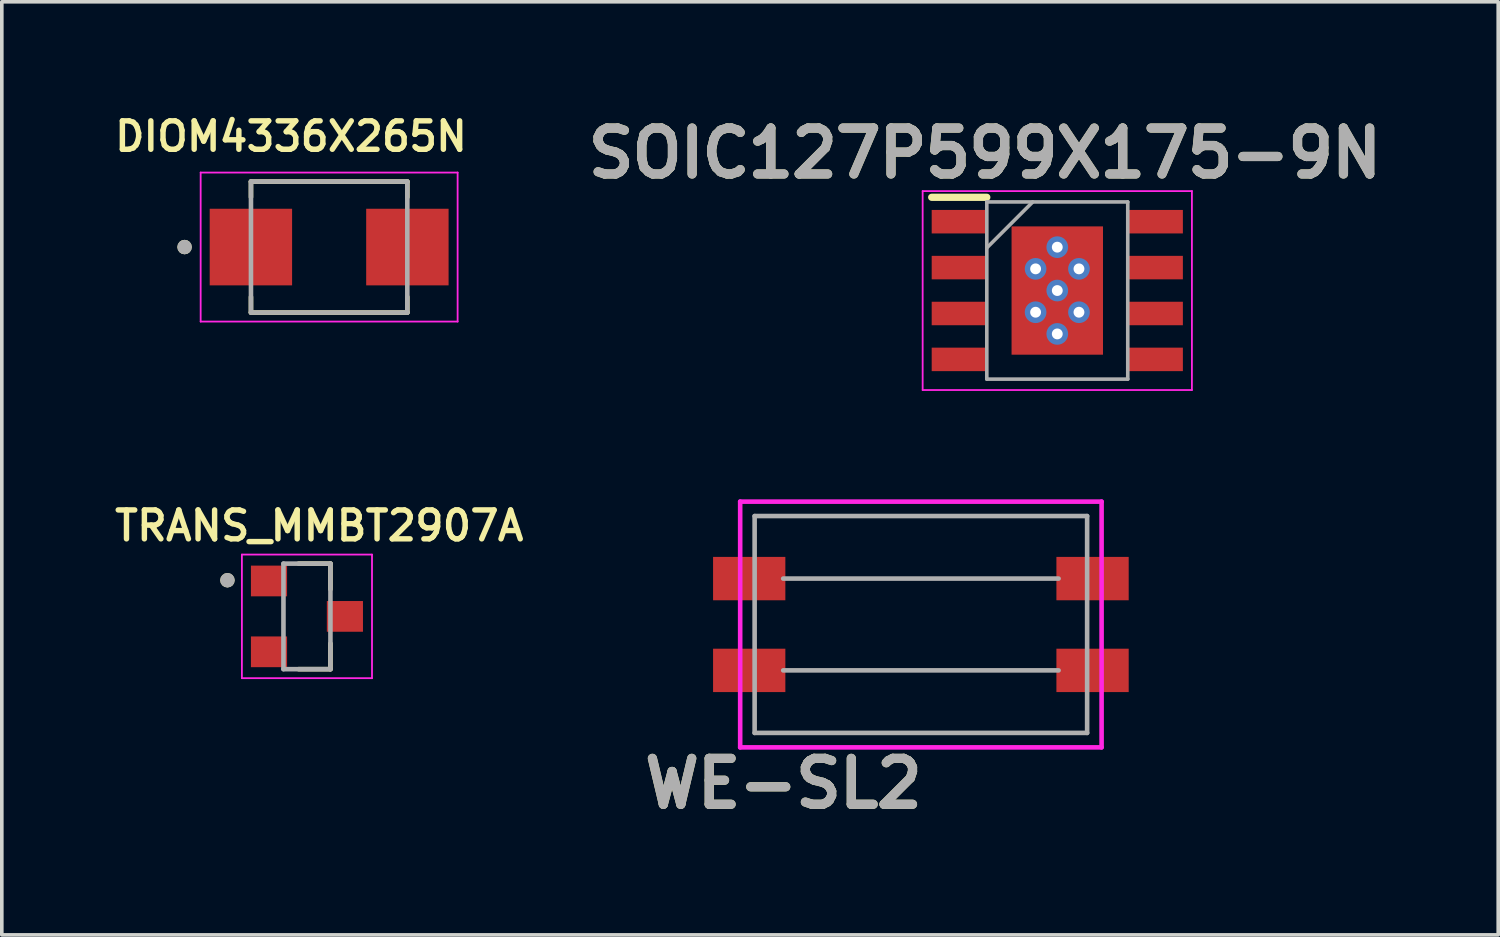
<source format=kicad_pcb>
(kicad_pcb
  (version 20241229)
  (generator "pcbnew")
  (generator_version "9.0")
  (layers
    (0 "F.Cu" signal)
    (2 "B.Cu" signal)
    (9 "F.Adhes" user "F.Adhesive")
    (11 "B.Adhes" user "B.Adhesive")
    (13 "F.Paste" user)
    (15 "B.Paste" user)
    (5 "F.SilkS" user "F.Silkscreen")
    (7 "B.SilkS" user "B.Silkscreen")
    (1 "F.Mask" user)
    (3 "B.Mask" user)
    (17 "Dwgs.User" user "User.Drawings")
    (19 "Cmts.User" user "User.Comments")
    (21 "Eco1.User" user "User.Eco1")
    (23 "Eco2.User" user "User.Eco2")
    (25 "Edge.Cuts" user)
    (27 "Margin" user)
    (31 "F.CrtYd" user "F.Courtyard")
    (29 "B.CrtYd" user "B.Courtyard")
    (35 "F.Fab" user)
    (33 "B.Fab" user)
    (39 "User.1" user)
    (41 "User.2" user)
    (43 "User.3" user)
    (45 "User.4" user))
  (footprint "SOIC127P599X175-9N"
    (layer "F.Cu")
    (at 26.204 4.989)
    (property "Reference" "SOIC127P599X175-9N" (at -2 -3.8 0) (layer "F.SilkS") (effects (font (size 1.27 1.27) (thickness 0.254))))
    (attr smd)
    (fp_line (start -3.475 -2.58) (end -1.95 -2.58) (stroke (width 0.2) (type solid)) (layer "F.SilkS"))
    (fp_line (start -3.725 -2.752) (end 3.725 -2.752) (stroke (width 0.05) (type solid)) (layer "F.CrtYd"))
    (fp_line (start -3.725 2.752) (end -3.725 -2.752) (stroke (width 0.05) (type solid)) (layer "F.CrtYd"))
    (fp_line (start 3.725 -2.752) (end 3.725 2.752) (stroke (width 0.05) (type solid)) (layer "F.CrtYd"))
    (fp_line (start 3.725 2.752) (end -3.725 2.752) (stroke (width 0.05) (type solid)) (layer "F.CrtYd"))
    (fp_line (start -1.95 -2.451) (end 1.95 -2.451) (stroke (width 0.1) (type solid)) (layer "F.Fab"))
    (fp_line (start -1.95 -1.181) (end -0.68 -2.451) (stroke (width 0.1) (type solid)) (layer "F.Fab"))
    (fp_line (start -1.95 2.451) (end -1.95 -2.451) (stroke (width 0.1) (type solid)) (layer "F.Fab"))
    (fp_line (start 1.95 -2.451) (end 1.95 2.451) (stroke (width 0.1) (type solid)) (layer "F.Fab"))
    (fp_line (start 1.95 2.451) (end -1.95 2.451) (stroke (width 0.1) (type solid)) (layer "F.Fab"))
    (fp_text user "${REFERENCE}" (at -2 -3.8 0) (layer "F.Fab") (effects (font (size 1.27 1.27) (thickness 0.254))))
    (pad "1" smd rect (at -2.712 -1.905 90) (size 0.65 1.526) (layers "F.Cu" "F.Mask" "F.Paste"))
    (pad "2" smd rect (at -2.712 -0.635 90) (size 0.65 1.526) (layers "F.Cu" "F.Mask" "F.Paste"))
    (pad "3" smd rect (at -2.712 0.635 90) (size 0.65 1.526) (layers "F.Cu" "F.Mask" "F.Paste"))
    (pad "4" smd rect (at -2.712 1.905 90) (size 0.65 1.526) (layers "F.Cu" "F.Mask" "F.Paste"))
    (pad "5" smd rect (at 2.712 1.905 90) (size 0.65 1.526) (layers "F.Cu" "F.Mask" "F.Paste"))
    (pad "6" smd rect (at 2.712 0.635 90) (size 0.65 1.526) (layers "F.Cu" "F.Mask" "F.Paste"))
    (pad "7" smd rect (at 2.712 -0.635 90) (size 0.65 1.526) (layers "F.Cu" "F.Mask" "F.Paste"))
    (pad "8" smd rect (at 2.712 -1.905 90) (size 0.65 1.526) (layers "F.Cu" "F.Mask" "F.Paste"))
    (pad "9" thru_hole circle (at -0.6 -0.6) (size 0.6 0.6) (drill 0.3) (layers "*.Cu" "*.Mask"))
    (pad "9" thru_hole circle (at -0.6 0.6) (size 0.6 0.6) (drill 0.3) (layers "*.Cu" "*.Mask"))
    (pad "9" thru_hole circle (at 0 -1.2) (size 0.6 0.6) (drill 0.3) (layers "*.Cu" "*.Mask"))
    (pad "9" thru_hole circle (at 0 0) (size 0.6 0.6) (drill 0.3) (layers "*.Cu" "*.Mask"))
    (pad "9" smd rect (at 0 0) (size 2.53 3.55) (layers "F.Cu" "F.Mask" "F.Paste"))
    (pad "9" thru_hole circle (at 0 1.2) (size 0.6 0.6) (drill 0.3) (layers "*.Cu" "*.Mask"))
    (pad "9" thru_hole circle (at 0.6 -0.6) (size 0.6 0.6) (drill 0.3) (layers "*.Cu" "*.Mask"))
    (pad "9" thru_hole circle (at 0.6 0.6) (size 0.6 0.6) (drill 0.3) (layers "*.Cu" "*.Mask")))
  (footprint "WE-SL2"
    (layer "F.Cu")
    (at 22.43 14.229)
    (property "Reference" "WE-SL2" (at -3.8 4.4 0) (layer "F.SilkS") (effects (font (size 1.27 1.27) (thickness 0.254))))
    (attr smd)
    (fp_line (start -5 -3.4) (end 5 -3.4) (stroke (width 0.127) (type solid)) (layer "F.CrtYd"))
    (fp_line (start -5 3.4) (end -5 -3.4) (stroke (width 0.127) (type solid)) (layer "F.CrtYd"))
    (fp_line (start 5 -3.4) (end 5 3.4) (stroke (width 0.127) (type solid)) (layer "F.CrtYd"))
    (fp_line (start 5 3.4) (end -5 3.4) (stroke (width 0.127) (type solid)) (layer "F.CrtYd"))
    (fp_line (start -4.6 -3) (end 4.6 -3) (stroke (width 0.127) (type solid)) (layer "F.Fab"))
    (fp_line (start -4.6 3) (end -4.6 -3) (stroke (width 0.127) (type solid)) (layer "F.Fab"))
    (fp_line (start -3.81 -1.27) (end 3.81 -1.27) (stroke (width 0.127) (type solid)) (layer "F.Fab"))
    (fp_line (start -3.81 1.27) (end 3.81 1.27) (stroke (width 0.127) (type solid)) (layer "F.Fab"))
    (fp_line (start 4.6 -3) (end 4.6 3) (stroke (width 0.127) (type solid)) (layer "F.Fab"))
    (fp_line (start 4.6 3) (end -4.6 3) (stroke (width 0.127) (type solid)) (layer "F.Fab"))
    (fp_text user "${REFERENCE}" (at -3.8 4.4 0) (layer "F.Fab") (effects (font (size 1.27 1.27) (thickness 0.254))))
    (pad "1" smd rect (at -4.75 -1.27 90) (size 1.2 2) (layers "F.Cu" "F.Mask" "F.Paste"))
    (pad "2" smd rect (at -4.75 1.27 90) (size 1.2 2) (layers "F.Cu" "F.Mask" "F.Paste"))
    (pad "3" smd rect (at 4.75 1.27 90) (size 1.2 2) (layers "F.Cu" "F.Mask" "F.Paste"))
    (pad "4" smd rect (at 4.75 -1.27 90) (size 1.2 2) (layers "F.Cu" "F.Mask" "F.Paste")))
  (footprint "DIOM4336X265N"
    (layer "F.Cu")
    (at 6.057 3.786)
    (property "Reference" "DIOM4336X265N" (at -1.055 -3.062 0) (layer "F.SilkS") (effects (font (size 0.787 0.787) (thickness 0.15))))
    (attr through_hole)
    (fp_line (start -2.163 -1.812) (end -2.163 -1.38) (stroke (width 0.127) (type solid)) (layer "F.SilkS"))
    (fp_line (start -2.163 1.812) (end -2.163 1.38) (stroke (width 0.127) (type solid)) (layer "F.SilkS"))
    (fp_line (start -2.163 1.812) (end 2.163 1.812) (stroke (width 0.127) (type solid)) (layer "F.SilkS"))
    (fp_line (start 2.163 -1.812) (end -2.163 -1.812) (stroke (width 0.127) (type solid)) (layer "F.SilkS"))
    (fp_line (start 2.163 -1.38) (end 2.163 -1.812) (stroke (width 0.127) (type solid)) (layer "F.SilkS"))
    (fp_line (start 2.163 1.812) (end 2.163 1.38) (stroke (width 0.127) (type solid)) (layer "F.SilkS"))
    (fp_circle (center -4 0) (end -3.9 0) (stroke (width 0.2) (type solid)) (fill no) (layer "F.SilkS"))
    (fp_line (start -3.555 -2.062) (end -3.555 2.062) (stroke (width 0.05) (type solid)) (layer "F.CrtYd"))
    (fp_line (start -3.555 2.062) (end 3.555 2.062) (stroke (width 0.05) (type solid)) (layer "F.CrtYd"))
    (fp_line (start 3.555 -2.062) (end -3.555 -2.062) (stroke (width 0.05) (type solid)) (layer "F.CrtYd"))
    (fp_line (start 3.555 2.062) (end 3.555 -2.062) (stroke (width 0.05) (type solid)) (layer "F.CrtYd"))
    (fp_line (start -2.163 -1.812) (end -2.163 1.812) (stroke (width 0.127) (type solid)) (layer "F.Fab"))
    (fp_line (start -2.163 1.812) (end 2.163 1.812) (stroke (width 0.127) (type solid)) (layer "F.Fab"))
    (fp_line (start 2.163 -1.812) (end -2.163 -1.812) (stroke (width 0.127) (type solid)) (layer "F.Fab"))
    (fp_line (start 2.163 1.812) (end 2.163 -1.812) (stroke (width 0.127) (type solid)) (layer "F.Fab"))
    (fp_circle (center -4 0) (end -3.9 0) (stroke (width 0.2) (type solid)) (fill no) (layer "F.Fab"))
    (pad "A" smd rect (at 2.165 0) (size 2.28 2.12) (layers "F.Cu" "F.Mask" "F.Paste"))
    (pad "C" smd rect (at -2.165 0) (size 2.28 2.12) (layers "F.Cu" "F.Mask" "F.Paste")))
  (footprint "TRANS_MMBT2907A"
    (layer "F.Cu")
    (at 5.443 14.005)
    (property "Reference" "TRANS_MMBT2907A" (at 0.34 -2.508 0) (layer "F.SilkS") (effects (font (size 0.8 0.8) (thickness 0.15))))
    (attr through_hole)
    (fp_line (start 0.65 -1.46) (end -0.23 -1.46) (stroke (width 0.127) (type solid)) (layer "F.SilkS"))
    (fp_line (start 0.65 -0.75) (end 0.65 -1.46) (stroke (width 0.127) (type solid)) (layer "F.SilkS"))
    (fp_line (start 0.65 0.75) (end 0.65 1.46) (stroke (width 0.127) (type solid)) (layer "F.SilkS"))
    (fp_line (start 0.65 1.46) (end -0.23 1.46) (stroke (width 0.127) (type solid)) (layer "F.SilkS"))
    (fp_circle (center -2.2 -1) (end -2.1 -1) (stroke (width 0.2) (type solid)) (fill no) (layer "F.SilkS"))
    (fp_line (start -1.8 -1.71) (end 1.8 -1.71) (stroke (width 0.05) (type solid)) (layer "F.CrtYd"))
    (fp_line (start -1.8 1.71) (end -1.8 -1.71) (stroke (width 0.05) (type solid)) (layer "F.CrtYd"))
    (fp_line (start 1.8 -1.71) (end 1.8 1.71) (stroke (width 0.05) (type solid)) (layer "F.CrtYd"))
    (fp_line (start 1.8 1.71) (end -1.8 1.71) (stroke (width 0.05) (type solid)) (layer "F.CrtYd"))
    (fp_line (start -0.65 -1.46) (end -0.65 1.46) (stroke (width 0.127) (type solid)) (layer "F.Fab"))
    (fp_line (start -0.65 1.46) (end 0.65 1.46) (stroke (width 0.127) (type solid)) (layer "F.Fab"))
    (fp_line (start 0.65 -1.46) (end -0.65 -1.46) (stroke (width 0.127) (type solid)) (layer "F.Fab"))
    (fp_line (start 0.65 1.46) (end 0.65 -1.46) (stroke (width 0.127) (type solid)) (layer "F.Fab"))
    (fp_circle (center -2.2 -1) (end -2.1 -1) (stroke (width 0.2) (type solid)) (fill no) (layer "F.Fab"))
    (pad "1" smd rect (at -1.05 -0.98 270) (size 0.85 1) (layers "F.Cu" "F.Mask" "F.Paste"))
    (pad "2" smd rect (at -1.05 0.98 270) (size 0.85 1) (layers "F.Cu" "F.Mask" "F.Paste"))
    (pad "3" smd rect (at 1.05 0 270) (size 0.85 1) (layers "F.Cu" "F.Mask" "F.Paste")))
  (gr_rect
    (start -3 -3)
    (end 38.404 22.818)
    (stroke (width 0.1) (type default))
    (fill no)
    (layer "Edge.Cuts")))
</source>
